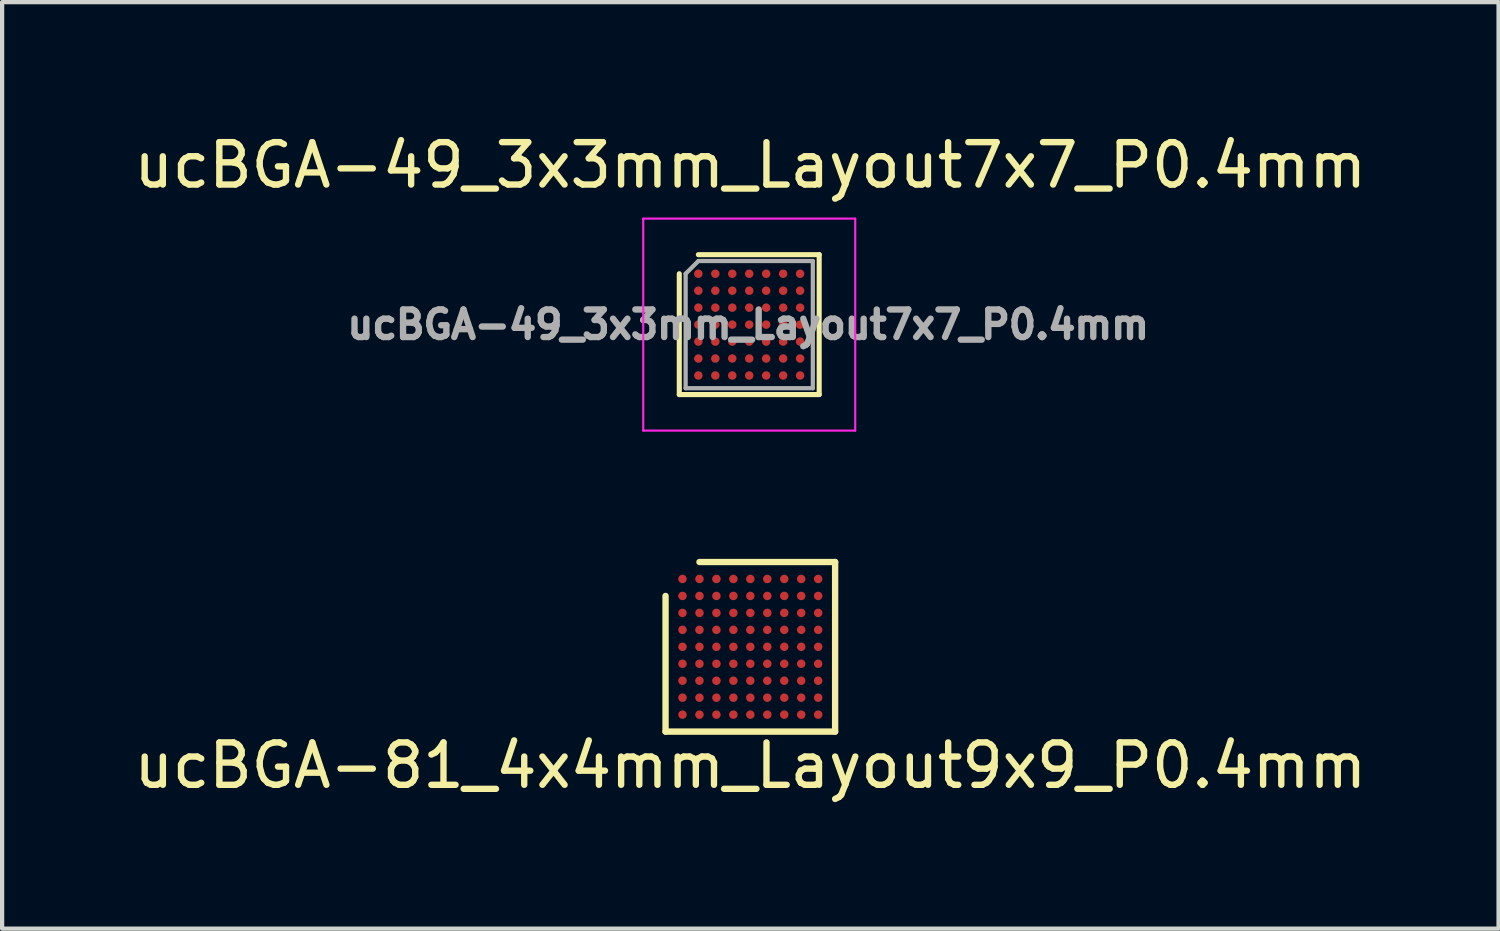
<source format=kicad_pcb>
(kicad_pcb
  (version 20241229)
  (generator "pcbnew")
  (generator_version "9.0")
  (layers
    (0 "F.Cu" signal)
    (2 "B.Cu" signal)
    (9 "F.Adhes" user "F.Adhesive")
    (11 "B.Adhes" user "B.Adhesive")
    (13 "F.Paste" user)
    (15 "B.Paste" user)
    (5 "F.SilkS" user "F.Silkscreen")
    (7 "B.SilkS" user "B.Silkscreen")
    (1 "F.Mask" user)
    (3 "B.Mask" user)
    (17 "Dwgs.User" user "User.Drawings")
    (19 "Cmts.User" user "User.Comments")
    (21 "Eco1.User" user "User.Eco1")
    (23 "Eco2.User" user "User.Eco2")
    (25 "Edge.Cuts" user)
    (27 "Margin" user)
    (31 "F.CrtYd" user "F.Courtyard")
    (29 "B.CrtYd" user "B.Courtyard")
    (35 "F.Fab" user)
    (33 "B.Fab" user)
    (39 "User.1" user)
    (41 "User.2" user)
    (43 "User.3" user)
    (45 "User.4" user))
  (footprint "ucBGA-49_3x3mm_Layout7x7_P0.4mm"
    (layer "F.Cu")
    (at 14.623 4.607)
    (property "Reference" "ucBGA-49_3x3mm_Layout7x7_P0.4mm" (at 0.025 -3.759 0) (layer "F.SilkS") (effects (font (size 1 1) (thickness 0.15))))
    (attr smd)
    (fp_line (start -1.65 -1.2) (end -1.65 1.65) (stroke (width 0.12) (type solid)) (layer "F.SilkS"))
    (fp_line (start -1.65 1.65) (end 1.65 1.65) (stroke (width 0.12) (type solid)) (layer "F.SilkS"))
    (fp_line (start 1.65 -1.65) (end -1.2 -1.65) (stroke (width 0.12) (type solid)) (layer "F.SilkS"))
    (fp_line (start 1.65 1.65) (end 1.65 -1.65) (stroke (width 0.12) (type solid)) (layer "F.SilkS"))
    (fp_line (start -2.5 -2.5) (end -2.5 2.5) (stroke (width 0.05) (type solid)) (layer "F.CrtYd"))
    (fp_line (start -2.5 -2.5) (end 2.5 -2.5) (stroke (width 0.05) (type solid)) (layer "F.CrtYd"))
    (fp_line (start -2.5 2.5) (end 2.5 2.5) (stroke (width 0.05) (type solid)) (layer "F.CrtYd"))
    (fp_line (start 2.5 2.5) (end 2.5 -2.5) (stroke (width 0.05) (type solid)) (layer "F.CrtYd"))
    (fp_line (start -1.5 -1.2) (end -1.5 1.5) (stroke (width 0.1) (type solid)) (layer "F.Fab"))
    (fp_line (start -1.5 1.5) (end 1.5 1.5) (stroke (width 0.1) (type solid)) (layer "F.Fab"))
    (fp_line (start -1.2 -1.5) (end -1.5 -1.2) (stroke (width 0.1) (type solid)) (layer "F.Fab"))
    (fp_line (start 1.5 -1.5) (end -1.2 -1.5) (stroke (width 0.1) (type solid)) (layer "F.Fab"))
    (fp_line (start 1.5 1.5) (end 1.5 -1.5) (stroke (width 0.1) (type solid)) (layer "F.Fab"))
    (fp_text user "${REFERENCE}" (at -0.025 0 0) (layer "F.Fab") (effects (font (size 0.65 0.65) (thickness 0.15))))
    (pad "A1" smd circle (at -1.2 -1.2) (size 0.2 0.2) (layers "F.Cu" "F.Mask" "F.Paste"))
    (pad "A2" smd circle (at -0.8 -1.2) (size 0.2 0.2) (layers "F.Cu" "F.Mask" "F.Paste"))
    (pad "A3" smd circle (at -0.4 -1.2) (size 0.2 0.2) (layers "F.Cu" "F.Mask" "F.Paste"))
    (pad "A4" smd circle (at 0 -1.2) (size 0.2 0.2) (layers "F.Cu" "F.Mask" "F.Paste"))
    (pad "A5" smd circle (at 0.4 -1.2) (size 0.2 0.2) (layers "F.Cu" "F.Mask" "F.Paste"))
    (pad "A6" smd circle (at 0.8 -1.2) (size 0.2 0.2) (layers "F.Cu" "F.Mask" "F.Paste"))
    (pad "A7" smd circle (at 1.2 -1.2) (size 0.2 0.2) (layers "F.Cu" "F.Mask" "F.Paste"))
    (pad "B1" smd circle (at -1.2 -0.8) (size 0.2 0.2) (layers "F.Cu" "F.Mask" "F.Paste"))
    (pad "B2" smd circle (at -0.8 -0.8) (size 0.2 0.2) (layers "F.Cu" "F.Mask" "F.Paste"))
    (pad "B3" smd circle (at -0.4 -0.8) (size 0.2 0.2) (layers "F.Cu" "F.Mask" "F.Paste"))
    (pad "B4" smd circle (at 0 -0.8) (size 0.2 0.2) (layers "F.Cu" "F.Mask" "F.Paste"))
    (pad "B5" smd circle (at 0.4 -0.8) (size 0.2 0.2) (layers "F.Cu" "F.Mask" "F.Paste"))
    (pad "B6" smd circle (at 0.8 -0.8) (size 0.2 0.2) (layers "F.Cu" "F.Mask" "F.Paste"))
    (pad "B7" smd circle (at 1.2 -0.8) (size 0.2 0.2) (layers "F.Cu" "F.Mask" "F.Paste"))
    (pad "C1" smd circle (at -1.2 -0.4) (size 0.2 0.2) (layers "F.Cu" "F.Mask" "F.Paste"))
    (pad "C2" smd circle (at -0.8 -0.4) (size 0.2 0.2) (layers "F.Cu" "F.Mask" "F.Paste"))
    (pad "C3" smd circle (at -0.4 -0.4) (size 0.2 0.2) (layers "F.Cu" "F.Mask" "F.Paste"))
    (pad "C4" smd circle (at 0 -0.4) (size 0.2 0.2) (layers "F.Cu" "F.Mask" "F.Paste"))
    (pad "C5" smd circle (at 0.4 -0.4) (size 0.2 0.2) (layers "F.Cu" "F.Mask" "F.Paste"))
    (pad "C6" smd circle (at 0.8 -0.4) (size 0.2 0.2) (layers "F.Cu" "F.Mask" "F.Paste"))
    (pad "C7" smd circle (at 1.2 -0.4) (size 0.2 0.2) (layers "F.Cu" "F.Mask" "F.Paste"))
    (pad "D1" smd circle (at -1.2 0) (size 0.2 0.2) (layers "F.Cu" "F.Mask" "F.Paste"))
    (pad "D2" smd circle (at -0.8 0) (size 0.2 0.2) (layers "F.Cu" "F.Mask" "F.Paste"))
    (pad "D3" smd circle (at -0.4 0) (size 0.2 0.2) (layers "F.Cu" "F.Mask" "F.Paste"))
    (pad "D4" smd circle (at 0 0) (size 0.2 0.2) (layers "F.Cu" "F.Mask" "F.Paste"))
    (pad "D5" smd circle (at 0.4 0) (size 0.2 0.2) (layers "F.Cu" "F.Mask" "F.Paste"))
    (pad "D6" smd circle (at 0.8 0) (size 0.2 0.2) (layers "F.Cu" "F.Mask" "F.Paste"))
    (pad "D7" smd circle (at 1.2 0) (size 0.2 0.2) (layers "F.Cu" "F.Mask" "F.Paste"))
    (pad "E1" smd circle (at -1.2 0.4) (size 0.2 0.2) (layers "F.Cu" "F.Mask" "F.Paste"))
    (pad "E2" smd circle (at -0.8 0.4) (size 0.2 0.2) (layers "F.Cu" "F.Mask" "F.Paste"))
    (pad "E3" smd circle (at -0.4 0.4) (size 0.2 0.2) (layers "F.Cu" "F.Mask" "F.Paste"))
    (pad "E4" smd circle (at 0 0.4) (size 0.2 0.2) (layers "F.Cu" "F.Mask" "F.Paste"))
    (pad "E5" smd circle (at 0.4 0.4) (size 0.2 0.2) (layers "F.Cu" "F.Mask" "F.Paste"))
    (pad "E6" smd circle (at 0.8 0.4) (size 0.2 0.2) (layers "F.Cu" "F.Mask" "F.Paste"))
    (pad "E7" smd circle (at 1.2 0.4) (size 0.2 0.2) (layers "F.Cu" "F.Mask" "F.Paste"))
    (pad "F1" smd circle (at -1.2 0.8) (size 0.2 0.2) (layers "F.Cu" "F.Mask" "F.Paste"))
    (pad "F2" smd circle (at -0.8 0.8) (size 0.2 0.2) (layers "F.Cu" "F.Mask" "F.Paste"))
    (pad "F3" smd circle (at -0.4 0.8) (size 0.2 0.2) (layers "F.Cu" "F.Mask" "F.Paste"))
    (pad "F4" smd circle (at 0 0.8) (size 0.2 0.2) (layers "F.Cu" "F.Mask" "F.Paste"))
    (pad "F5" smd circle (at 0.4 0.8) (size 0.2 0.2) (layers "F.Cu" "F.Mask" "F.Paste"))
    (pad "F6" smd circle (at 0.8 0.8) (size 0.2 0.2) (layers "F.Cu" "F.Mask" "F.Paste"))
    (pad "F7" smd circle (at 1.2 0.8) (size 0.2 0.2) (layers "F.Cu" "F.Mask" "F.Paste"))
    (pad "G1" smd circle (at -1.2 1.2) (size 0.2 0.2) (layers "F.Cu" "F.Mask" "F.Paste"))
    (pad "G2" smd circle (at -0.8 1.2) (size 0.2 0.2) (layers "F.Cu" "F.Mask" "F.Paste"))
    (pad "G3" smd circle (at -0.4 1.2) (size 0.2 0.2) (layers "F.Cu" "F.Mask" "F.Paste"))
    (pad "G4" smd circle (at 0 1.2) (size 0.2 0.2) (layers "F.Cu" "F.Mask" "F.Paste"))
    (pad "G5" smd circle (at 0.4 1.2) (size 0.2 0.2) (layers "F.Cu" "F.Mask" "F.Paste"))
    (pad "G6" smd circle (at 0.8 1.2) (size 0.2 0.2) (layers "F.Cu" "F.Mask" "F.Paste"))
    (pad "G7" smd circle (at 1.2 1.2) (size 0.2 0.2) (layers "F.Cu" "F.Mask" "F.Paste")))
  (footprint "ucBGA-81_4x4mm_Layout9x9_P0.4mm"
    (layer "F.Cu")
    (at 13.049 10.607)
    (property "Reference" "ucBGA-81_4x4mm_Layout9x9_P0.4mm" (at 1.6 4.4 0) (layer "F.SilkS") (effects (font (size 1 1) (thickness 0.15))))
    (attr through_hole)
    (fp_line (start -0.4 0.4) (end -0.4 3.6) (stroke (width 0.15) (type solid)) (layer "F.SilkS"))
    (fp_line (start -0.4 3.6) (end 3.6 3.6) (stroke (width 0.15) (type solid)) (layer "F.SilkS"))
    (fp_line (start 3.6 -0.4) (end 0.4 -0.4) (stroke (width 0.15) (type solid)) (layer "F.SilkS"))
    (fp_line (start 3.6 3.6) (end 3.6 -0.4) (stroke (width 0.15) (type solid)) (layer "F.SilkS"))
    (pad "A1" smd circle (at 0 0) (size 0.2 0.2) (layers "F.Cu" "F.Mask" "F.Paste"))
    (pad "A2" smd circle (at 0.4 0) (size 0.2 0.2) (layers "F.Cu" "F.Mask" "F.Paste"))
    (pad "A3" smd circle (at 0.8 0) (size 0.2 0.2) (layers "F.Cu" "F.Mask" "F.Paste"))
    (pad "A4" smd circle (at 1.2 0) (size 0.2 0.2) (layers "F.Cu" "F.Mask" "F.Paste"))
    (pad "A5" smd circle (at 1.6 0) (size 0.2 0.2) (layers "F.Cu" "F.Mask" "F.Paste"))
    (pad "A6" smd circle (at 2 0) (size 0.2 0.2) (layers "F.Cu" "F.Mask" "F.Paste"))
    (pad "A7" smd circle (at 2.4 0) (size 0.2 0.2) (layers "F.Cu" "F.Mask" "F.Paste"))
    (pad "A8" smd circle (at 2.8 0) (size 0.2 0.2) (layers "F.Cu" "F.Mask" "F.Paste"))
    (pad "A9" smd circle (at 3.2 0) (size 0.2 0.2) (layers "F.Cu" "F.Mask" "F.Paste"))
    (pad "B1" smd circle (at 0 0.4) (size 0.2 0.2) (layers "F.Cu" "F.Mask" "F.Paste"))
    (pad "B2" smd circle (at 0.4 0.4) (size 0.2 0.2) (layers "F.Cu" "F.Mask" "F.Paste"))
    (pad "B3" smd circle (at 0.8 0.4) (size 0.2 0.2) (layers "F.Cu" "F.Mask" "F.Paste"))
    (pad "B4" smd circle (at 1.2 0.4) (size 0.2 0.2) (layers "F.Cu" "F.Mask" "F.Paste"))
    (pad "B5" smd circle (at 1.6 0.4) (size 0.2 0.2) (layers "F.Cu" "F.Mask" "F.Paste"))
    (pad "B6" smd circle (at 2 0.4) (size 0.2 0.2) (layers "F.Cu" "F.Mask" "F.Paste"))
    (pad "B7" smd circle (at 2.4 0.4) (size 0.2 0.2) (layers "F.Cu" "F.Mask" "F.Paste"))
    (pad "B8" smd circle (at 2.8 0.4) (size 0.2 0.2) (layers "F.Cu" "F.Mask" "F.Paste"))
    (pad "B9" smd circle (at 3.2 0.4) (size 0.2 0.2) (layers "F.Cu" "F.Mask" "F.Paste"))
    (pad "C1" smd circle (at 0 0.8) (size 0.2 0.2) (layers "F.Cu" "F.Mask" "F.Paste"))
    (pad "C2" smd circle (at 0.4 0.8) (size 0.2 0.2) (layers "F.Cu" "F.Mask" "F.Paste"))
    (pad "C3" smd circle (at 0.8 0.8) (size 0.2 0.2) (layers "F.Cu" "F.Mask" "F.Paste"))
    (pad "C4" smd circle (at 1.2 0.8) (size 0.2 0.2) (layers "F.Cu" "F.Mask" "F.Paste"))
    (pad "C5" smd circle (at 1.6 0.8) (size 0.2 0.2) (layers "F.Cu" "F.Mask" "F.Paste"))
    (pad "C6" smd circle (at 2 0.8) (size 0.2 0.2) (layers "F.Cu" "F.Mask" "F.Paste"))
    (pad "C7" smd circle (at 2.4 0.8) (size 0.2 0.2) (layers "F.Cu" "F.Mask" "F.Paste"))
    (pad "C8" smd circle (at 2.8 0.8) (size 0.2 0.2) (layers "F.Cu" "F.Mask" "F.Paste"))
    (pad "C9" smd circle (at 3.2 0.8) (size 0.2 0.2) (layers "F.Cu" "F.Mask" "F.Paste"))
    (pad "D1" smd circle (at 0 1.2) (size 0.2 0.2) (layers "F.Cu" "F.Mask" "F.Paste"))
    (pad "D2" smd circle (at 0.4 1.2) (size 0.2 0.2) (layers "F.Cu" "F.Mask" "F.Paste"))
    (pad "D3" smd circle (at 0.8 1.2) (size 0.2 0.2) (layers "F.Cu" "F.Mask" "F.Paste"))
    (pad "D4" smd circle (at 1.2 1.2) (size 0.2 0.2) (layers "F.Cu" "F.Mask" "F.Paste"))
    (pad "D5" smd circle (at 1.6 1.2) (size 0.2 0.2) (layers "F.Cu" "F.Mask" "F.Paste"))
    (pad "D6" smd circle (at 2 1.2) (size 0.2 0.2) (layers "F.Cu" "F.Mask" "F.Paste"))
    (pad "D7" smd circle (at 2.4 1.2) (size 0.2 0.2) (layers "F.Cu" "F.Mask" "F.Paste"))
    (pad "D8" smd circle (at 2.8 1.2) (size 0.2 0.2) (layers "F.Cu" "F.Mask" "F.Paste"))
    (pad "D9" smd circle (at 3.2 1.2) (size 0.2 0.2) (layers "F.Cu" "F.Mask" "F.Paste"))
    (pad "E1" smd circle (at 0 1.6) (size 0.2 0.2) (layers "F.Cu" "F.Mask" "F.Paste"))
    (pad "E2" smd circle (at 0.4 1.6) (size 0.2 0.2) (layers "F.Cu" "F.Mask" "F.Paste"))
    (pad "E3" smd circle (at 0.8 1.6) (size 0.2 0.2) (layers "F.Cu" "F.Mask" "F.Paste"))
    (pad "E4" smd circle (at 1.2 1.6) (size 0.2 0.2) (layers "F.Cu" "F.Mask" "F.Paste"))
    (pad "E5" smd circle (at 1.6 1.6) (size 0.2 0.2) (layers "F.Cu" "F.Mask" "F.Paste"))
    (pad "E6" smd circle (at 2 1.6) (size 0.2 0.2) (layers "F.Cu" "F.Mask" "F.Paste"))
    (pad "E7" smd circle (at 2.4 1.6) (size 0.2 0.2) (layers "F.Cu" "F.Mask" "F.Paste"))
    (pad "E8" smd circle (at 2.8 1.6) (size 0.2 0.2) (layers "F.Cu" "F.Mask" "F.Paste"))
    (pad "E9" smd circle (at 3.2 1.6) (size 0.2 0.2) (layers "F.Cu" "F.Mask" "F.Paste"))
    (pad "F1" smd circle (at 0 2) (size 0.2 0.2) (layers "F.Cu" "F.Mask" "F.Paste"))
    (pad "F2" smd circle (at 0.4 2) (size 0.2 0.2) (layers "F.Cu" "F.Mask" "F.Paste"))
    (pad "F3" smd circle (at 0.8 2) (size 0.2 0.2) (layers "F.Cu" "F.Mask" "F.Paste"))
    (pad "F4" smd circle (at 1.2 2) (size 0.2 0.2) (layers "F.Cu" "F.Mask" "F.Paste"))
    (pad "F5" smd circle (at 1.6 2) (size 0.2 0.2) (layers "F.Cu" "F.Mask" "F.Paste"))
    (pad "F6" smd circle (at 2 2) (size 0.2 0.2) (layers "F.Cu" "F.Mask" "F.Paste"))
    (pad "F7" smd circle (at 2.4 2) (size 0.2 0.2) (layers "F.Cu" "F.Mask" "F.Paste"))
    (pad "F8" smd circle (at 2.8 2) (size 0.2 0.2) (layers "F.Cu" "F.Mask" "F.Paste"))
    (pad "F9" smd circle (at 3.2 2) (size 0.2 0.2) (layers "F.Cu" "F.Mask" "F.Paste"))
    (pad "G1" smd circle (at 0 2.4) (size 0.2 0.2) (layers "F.Cu" "F.Mask" "F.Paste"))
    (pad "G2" smd circle (at 0.4 2.4) (size 0.2 0.2) (layers "F.Cu" "F.Mask" "F.Paste"))
    (pad "G3" smd circle (at 0.8 2.4) (size 0.2 0.2) (layers "F.Cu" "F.Mask" "F.Paste"))
    (pad "G4" smd circle (at 1.2 2.4) (size 0.2 0.2) (layers "F.Cu" "F.Mask" "F.Paste"))
    (pad "G5" smd circle (at 1.6 2.4) (size 0.2 0.2) (layers "F.Cu" "F.Mask" "F.Paste"))
    (pad "G6" smd circle (at 2 2.4) (size 0.2 0.2) (layers "F.Cu" "F.Mask" "F.Paste"))
    (pad "G7" smd circle (at 2.4 2.4) (size 0.2 0.2) (layers "F.Cu" "F.Mask" "F.Paste"))
    (pad "G8" smd circle (at 2.8 2.4) (size 0.2 0.2) (layers "F.Cu" "F.Mask" "F.Paste"))
    (pad "G9" smd circle (at 3.2 2.4) (size 0.2 0.2) (layers "F.Cu" "F.Mask" "F.Paste"))
    (pad "H1" smd circle (at 0 2.8) (size 0.2 0.2) (layers "F.Cu" "F.Mask" "F.Paste"))
    (pad "H2" smd circle (at 0.4 2.8) (size 0.2 0.2) (layers "F.Cu" "F.Mask" "F.Paste"))
    (pad "H3" smd circle (at 0.8 2.8) (size 0.2 0.2) (layers "F.Cu" "F.Mask" "F.Paste"))
    (pad "H4" smd circle (at 1.2 2.8) (size 0.2 0.2) (layers "F.Cu" "F.Mask" "F.Paste"))
    (pad "H5" smd circle (at 1.6 2.8) (size 0.2 0.2) (layers "F.Cu" "F.Mask" "F.Paste"))
    (pad "H6" smd circle (at 2 2.8) (size 0.2 0.2) (layers "F.Cu" "F.Mask" "F.Paste"))
    (pad "H7" smd circle (at 2.4 2.8) (size 0.2 0.2) (layers "F.Cu" "F.Mask" "F.Paste"))
    (pad "H8" smd circle (at 2.8 2.8) (size 0.2 0.2) (layers "F.Cu" "F.Mask" "F.Paste"))
    (pad "H9" smd circle (at 3.2 2.8) (size 0.2 0.2) (layers "F.Cu" "F.Mask" "F.Paste"))
    (pad "J1" smd circle (at 0 3.2) (size 0.2 0.2) (layers "F.Cu" "F.Mask" "F.Paste"))
    (pad "J2" smd circle (at 0.4 3.2) (size 0.2 0.2) (layers "F.Cu" "F.Mask" "F.Paste"))
    (pad "J3" smd circle (at 0.8 3.2) (size 0.2 0.2) (layers "F.Cu" "F.Mask" "F.Paste"))
    (pad "J4" smd circle (at 1.2 3.2) (size 0.2 0.2) (layers "F.Cu" "F.Mask" "F.Paste"))
    (pad "J5" smd circle (at 1.6 3.2) (size 0.2 0.2) (layers "F.Cu" "F.Mask" "F.Paste"))
    (pad "J6" smd circle (at 2 3.2) (size 0.2 0.2) (layers "F.Cu" "F.Mask" "F.Paste"))
    (pad "J7" smd circle (at 2.4 3.2) (size 0.2 0.2) (layers "F.Cu" "F.Mask" "F.Paste"))
    (pad "J8" smd circle (at 2.8 3.2) (size 0.2 0.2) (layers "F.Cu" "F.Mask" "F.Paste"))
    (pad "J9" smd circle (at 3.2 3.2) (size 0.2 0.2) (layers "F.Cu" "F.Mask" "F.Paste")))
  (gr_rect
    (start -3 -3)
    (end 32.298 18.856)
    (stroke (width 0.1) (type default))
    (fill no)
    (layer "Edge.Cuts")))
</source>
